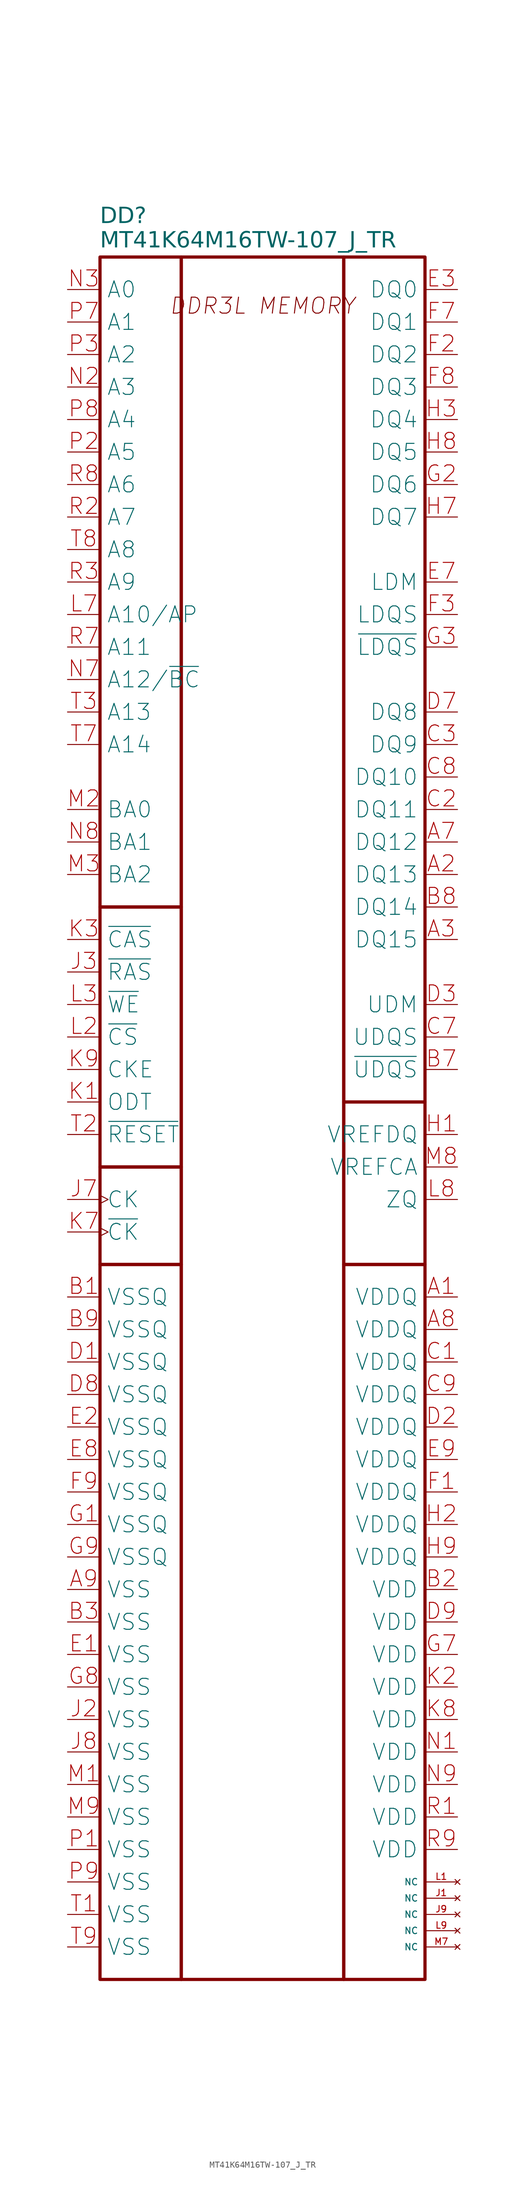
<source format=kicad_sym>
(kicad_symbol_lib
  (version 20231120)
  (generator "kicad_symbol_editor")
  (generator_version "8.0")
  (symbol "MT41K64M16TW-107_J_TR"
    (pin_names
      (offset 1.016))
    (property "Reference" "DD"
      (at -25.4 140.97 0)
      (effects (font (face "GOST type A") (size 2.5 2.5) (italic yes)) (justify left)))
    (property "Value" "MT41K64M16TW-107_J_TR"
      (at -25.4 137.16 0)
      (effects (font (face "GOST type A") (size 2.5 2.5) (italic yes)) (justify left)))
    (symbol "MT41K64M16TW-107_J_TR_0_0"
      (pin no_connect line (at 30.48 -121.92 180) (length 5.08) (name "NC" (effects (font (size 1.016 1.016)))) (number "J1" (effects (font (size 1.016 1.016)))))
      (pin no_connect line (at 30.48 -124.46 180) (length 5.08) (name "NC" (effects (font (size 1.016 1.016)))) (number "J9" (effects (font (size 1.016 1.016)))))
      (pin no_connect line (at 30.48 -119.38 180) (length 5.08) (name "NC" (effects (font (size 1.016 1.016)))) (number "L1" (effects (font (size 1.016 1.016)))))
      (pin no_connect line (at 30.48 -127 180) (length 5.08) (name "NC" (effects (font (size 1.016 1.016)))) (number "L9" (effects (font (size 1.016 1.016)))))
      (pin no_connect line (at 30.48 -129.54 180) (length 5.08) (name "NC" (effects (font (size 1.016 1.016)))) (number "M7" (effects (font (size 1.016 1.016))))))
    (symbol "MT41K64M16TW-107_J_TR_1_0"
      (rectangle (start -25.4 -22.86) (end -12.7 -134.62) (stroke (width 0.5) (type default)) (fill (type none)))
      (rectangle (start -25.4 -7.62) (end -12.7 -22.86) (stroke (width 0.5) (type default)) (fill (type none)))
      (rectangle (start -25.4 33.02) (end -12.7 -7.62) (stroke (width 0.5) (type default)) (fill (type none)))
      (rectangle (start -25.4 134.62) (end -12.7 33.02) (stroke (width 0.5) (type default)) (fill (type none)))
      (rectangle (start -12.7 134.62) (end 12.7 -134.62) (stroke (width 0.5) (type default)) (fill (type none)))
      (rectangle (start 12.7 -22.86) (end 25.4 -134.62) (stroke (width 0.5) (type default)) (fill (type none)))
      (rectangle (start 12.7 2.54) (end 25.4 -22.86) (stroke (width 0.5) (type default)) (fill (type none)))
      (rectangle (start 12.7 134.62) (end 25.4 2.54) (stroke (width 0.5) (type default)) (fill (type none)))
      (text "DDR3L MEMORY" (at 0 127 0) (effects (font (size 2.5 2.5) (italic yes))))
      (pin power_in line (at 30.48 -27.94 180) (length 5.08) (name "VDDQ" (effects (font (size 2.5 2.5)))) (number "A1" (effects (font (size 2.5 2.5)))))
      (pin bidirectional line (at 30.48 38.1 180) (length 5.08) (name "DQ13" (effects (font (size 2.5 2.5)))) (number "A2" (effects (font (size 2.5 2.5)))))
      (pin bidirectional line (at 30.48 27.94 180) (length 5.08) (name "DQ15" (effects (font (size 2.5 2.5)))) (number "A3" (effects (font (size 2.5 2.5)))))
      (pin bidirectional line (at 30.48 43.18 180) (length 5.08) (name "DQ12" (effects (font (size 2.5 2.5)))) (number "A7" (effects (font (size 2.5 2.5)))))
      (pin power_in line (at 30.48 -33.02 180) (length 5.08) (name "VDDQ" (effects (font (size 2.5 2.5)))) (number "A8" (effects (font (size 2.5 2.5)))))
      (pin power_in line (at -30.48 -73.66 0) (length 5.08) (name "VSS" (effects (font (size 2.5 2.5)))) (number "A9" (effects (font (size 2.5 2.5)))))
      (pin power_in line (at -30.48 -27.94 0) (length 5.08) (name "VSSQ" (effects (font (size 2.5 2.5)))) (number "B1" (effects (font (size 2.5 2.5)))))
      (pin power_in line (at 30.48 -73.66 180) (length 5.08) (name "VDD" (effects (font (size 2.5 2.5)))) (number "B2" (effects (font (size 2.5 2.5)))))
      (pin power_in line (at -30.48 -78.74 0) (length 5.08) (name "VSS" (effects (font (size 2.5 2.5)))) (number "B3" (effects (font (size 2.5 2.5)))))
      (pin bidirectional line (at 30.48 7.62 180) (length 5.08) (name "~{UDQS}" (effects (font (size 2.5 2.5)))) (number "B7" (effects (font (size 2.5 2.5)))))
      (pin bidirectional line (at 30.48 33.02 180) (length 5.08) (name "DQ14" (effects (font (size 2.5 2.5)))) (number "B8" (effects (font (size 2.5 2.5)))))
      (pin power_in line (at -30.48 -33.02 0) (length 5.08) (name "VSSQ" (effects (font (size 2.5 2.5)))) (number "B9" (effects (font (size 2.5 2.5)))))
      (pin power_in line (at 30.48 -38.1 180) (length 5.08) (name "VDDQ" (effects (font (size 2.5 2.5)))) (number "C1" (effects (font (size 2.5 2.5)))))
      (pin bidirectional line (at 30.48 48.26 180) (length 5.08) (name "DQ11" (effects (font (size 2.5 2.5)))) (number "C2" (effects (font (size 2.5 2.5)))))
      (pin bidirectional line (at 30.48 58.42 180) (length 5.08) (name "DQ9" (effects (font (size 2.5 2.5)))) (number "C3" (effects (font (size 2.5 2.5)))))
      (pin bidirectional line (at 30.48 12.7 180) (length 5.08) (name "UDQS" (effects (font (size 2.5 2.5)))) (number "C7" (effects (font (size 2.5 2.5)))))
      (pin bidirectional line (at 30.48 53.34 180) (length 5.08) (name "DQ10" (effects (font (size 2.5 2.5)))) (number "C8" (effects (font (size 2.5 2.5)))))
      (pin power_in line (at 30.48 -43.18 180) (length 5.08) (name "VDDQ" (effects (font (size 2.5 2.5)))) (number "C9" (effects (font (size 2.5 2.5)))))
      (pin power_in line (at -30.48 -38.1 0) (length 5.08) (name "VSSQ" (effects (font (size 2.5 2.5)))) (number "D1" (effects (font (size 2.5 2.5)))))
      (pin power_in line (at 30.48 -48.26 180) (length 5.08) (name "VDDQ" (effects (font (size 2.5 2.5)))) (number "D2" (effects (font (size 2.5 2.5)))))
      (pin input line (at 30.48 17.78 180) (length 5.08) (name "UDM" (effects (font (size 2.5 2.5)))) (number "D3" (effects (font (size 2.5 2.5)))))
      (pin bidirectional line (at 30.48 63.5 180) (length 5.08) (name "DQ8" (effects (font (size 2.5 2.5)))) (number "D7" (effects (font (size 2.5 2.5)))))
      (pin power_in line (at -30.48 -43.18 0) (length 5.08) (name "VSSQ" (effects (font (size 2.5 2.5)))) (number "D8" (effects (font (size 2.5 2.5)))))
      (pin power_in line (at 30.48 -78.74 180) (length 5.08) (name "VDD" (effects (font (size 2.5 2.5)))) (number "D9" (effects (font (size 2.5 2.5)))))
      (pin power_in line (at -30.48 -83.82 0) (length 5.08) (name "VSS" (effects (font (size 2.5 2.5)))) (number "E1" (effects (font (size 2.5 2.5)))))
      (pin power_in line (at -30.48 -48.26 0) (length 5.08) (name "VSSQ" (effects (font (size 2.5 2.5)))) (number "E2" (effects (font (size 2.5 2.5)))))
      (pin bidirectional line (at 30.48 129.54 180) (length 5.08) (name "DQ0" (effects (font (size 2.5 2.5)))) (number "E3" (effects (font (size 2.5 2.5)))))
      (pin input line (at 30.48 83.82 180) (length 5.08) (name "LDM" (effects (font (size 2.5 2.5)))) (number "E7" (effects (font (size 2.5 2.5)))))
      (pin power_in line (at -30.48 -53.34 0) (length 5.08) (name "VSSQ" (effects (font (size 2.5 2.5)))) (number "E8" (effects (font (size 2.5 2.5)))))
      (pin power_in line (at 30.48 -53.34 180) (length 5.08) (name "VDDQ" (effects (font (size 2.5 2.5)))) (number "E9" (effects (font (size 2.5 2.5)))))
      (pin power_in line (at 30.48 -58.42 180) (length 5.08) (name "VDDQ" (effects (font (size 2.5 2.5)))) (number "F1" (effects (font (size 2.5 2.5)))))
      (pin bidirectional line (at 30.48 119.38 180) (length 5.08) (name "DQ2" (effects (font (size 2.5 2.5)))) (number "F2" (effects (font (size 2.5 2.5)))))
      (pin bidirectional line (at 30.48 78.74 180) (length 5.08) (name "LDQS" (effects (font (size 2.5 2.5)))) (number "F3" (effects (font (size 2.5 2.5)))))
      (pin bidirectional line (at 30.48 124.46 180) (length 5.08) (name "DQ1" (effects (font (size 2.5 2.5)))) (number "F7" (effects (font (size 2.5 2.5)))))
      (pin bidirectional line (at 30.48 114.3 180) (length 5.08) (name "DQ3" (effects (font (size 2.5 2.5)))) (number "F8" (effects (font (size 2.5 2.5)))))
      (pin power_in line (at -30.48 -58.42 0) (length 5.08) (name "VSSQ" (effects (font (size 2.5 2.5)))) (number "F9" (effects (font (size 2.5 2.5)))))
      (pin power_in line (at -30.48 -63.5 0) (length 5.08) (name "VSSQ" (effects (font (size 2.5 2.5)))) (number "G1" (effects (font (size 2.5 2.5)))))
      (pin bidirectional line (at 30.48 99.06 180) (length 5.08) (name "DQ6" (effects (font (size 2.5 2.5)))) (number "G2" (effects (font (size 2.5 2.5)))))
      (pin bidirectional line (at 30.48 73.66 180) (length 5.08) (name "~{LDQS}" (effects (font (size 2.5 2.5)))) (number "G3" (effects (font (size 2.5 2.5)))))
      (pin power_in line (at 30.48 -83.82 180) (length 5.08) (name "VDD" (effects (font (size 2.5 2.5)))) (number "G7" (effects (font (size 2.5 2.5)))))
      (pin power_in line (at -30.48 -88.9 0) (length 5.08) (name "VSS" (effects (font (size 2.5 2.5)))) (number "G8" (effects (font (size 2.5 2.5)))))
      (pin power_in line (at -30.48 -68.58 0) (length 5.08) (name "VSSQ" (effects (font (size 2.5 2.5)))) (number "G9" (effects (font (size 2.5 2.5)))))
      (pin power_in line (at 30.48 -2.54 180) (length 5.08) (name "VREFDQ" (effects (font (size 2.5 2.5)))) (number "H1" (effects (font (size 2.5 2.5)))))
      (pin power_in line (at 30.48 -63.5 180) (length 5.08) (name "VDDQ" (effects (font (size 2.5 2.5)))) (number "H2" (effects (font (size 2.5 2.5)))))
      (pin bidirectional line (at 30.48 109.22 180) (length 5.08) (name "DQ4" (effects (font (size 2.5 2.5)))) (number "H3" (effects (font (size 2.5 2.5)))))
      (pin bidirectional line (at 30.48 93.98 180) (length 5.08) (name "DQ7" (effects (font (size 2.5 2.5)))) (number "H7" (effects (font (size 2.5 2.5)))))
      (pin bidirectional line (at 30.48 104.14 180) (length 5.08) (name "DQ5" (effects (font (size 2.5 2.5)))) (number "H8" (effects (font (size 2.5 2.5)))))
      (pin power_in line (at 30.48 -68.58 180) (length 5.08) (name "VDDQ" (effects (font (size 2.5 2.5)))) (number "H9" (effects (font (size 2.5 2.5)))))
      (pin power_in line (at -30.48 -93.98 0) (length 5.08) (name "VSS" (effects (font (size 2.5 2.5)))) (number "J2" (effects (font (size 2.5 2.5)))))
      (pin input line (at -30.48 22.86 0) (length 5.08) (name "~{RAS}" (effects (font (size 2.5 2.5)))) (number "J3" (effects (font (size 2.5 2.5)))))
      (pin input clock (at -30.48 -12.7 0) (length 5.08) (name "CK" (effects (font (size 2.5 2.5)))) (number "J7" (effects (font (size 2.5 2.5)))))
      (pin power_in line (at -30.48 -99.06 0) (length 5.08) (name "VSS" (effects (font (size 2.5 2.5)))) (number "J8" (effects (font (size 2.5 2.5)))))
      (pin input line (at -30.48 2.54 0) (length 5.08) (name "ODT" (effects (font (size 2.5 2.5)))) (number "K1" (effects (font (size 2.5 2.5)))))
      (pin power_in line (at 30.48 -88.9 180) (length 5.08) (name "VDD" (effects (font (size 2.5 2.5)))) (number "K2" (effects (font (size 2.5 2.5)))))
      (pin input line (at -30.48 27.94 0) (length 5.08) (name "~{CAS}" (effects (font (size 2.5 2.5)))) (number "K3" (effects (font (size 2.5 2.5)))))
      (pin input clock (at -30.48 -17.78 0) (length 5.08) (name "~{CK}" (effects (font (size 2.5 2.5)))) (number "K7" (effects (font (size 2.5 2.5)))))
      (pin power_in line (at 30.48 -93.98 180) (length 5.08) (name "VDD" (effects (font (size 2.5 2.5)))) (number "K8" (effects (font (size 2.5 2.5)))))
      (pin input line (at -30.48 7.62 0) (length 5.08) (name "CKE" (effects (font (size 2.5 2.5)))) (number "K9" (effects (font (size 2.5 2.5)))))
      (pin input line (at -30.48 12.7 0) (length 5.08) (name "~{CS}" (effects (font (size 2.5 2.5)))) (number "L2" (effects (font (size 2.5 2.5)))))
      (pin input line (at -30.48 17.78 0) (length 5.08) (name "~{WE}" (effects (font (size 2.5 2.5)))) (number "L3" (effects (font (size 2.5 2.5)))))
      (pin input line (at -30.48 78.74 0) (length 5.08) (name "A10/AP" (effects (font (size 2.5 2.5)))) (number "L7" (effects (font (size 2.5 2.5)))))
      (pin passive line (at 30.48 -12.7 180) (length 5.08) (name "ZQ" (effects (font (size 2.5 2.5)))) (number "L8" (effects (font (size 2.5 2.5)))))
      (pin power_in line (at -30.48 -104.14 0) (length 5.08) (name "VSS" (effects (font (size 2.5 2.5)))) (number "M1" (effects (font (size 2.5 2.5)))))
      (pin input line (at -30.48 48.26 0) (length 5.08) (name "BA0" (effects (font (size 2.5 2.5)))) (number "M2" (effects (font (size 2.5 2.5)))))
      (pin input line (at -30.48 38.1 0) (length 5.08) (name "BA2" (effects (font (size 2.5 2.5)))) (number "M3" (effects (font (size 2.5 2.5)))))
      (pin power_in line (at 30.48 -7.62 180) (length 5.08) (name "VREFCA" (effects (font (size 2.5 2.5)))) (number "M8" (effects (font (size 2.5 2.5)))))
      (pin power_in line (at -30.48 -109.22 0) (length 5.08) (name "VSS" (effects (font (size 2.5 2.5)))) (number "M9" (effects (font (size 2.5 2.5)))))
      (pin power_in line (at 30.48 -99.06 180) (length 5.08) (name "VDD" (effects (font (size 2.5 2.5)))) (number "N1" (effects (font (size 2.5 2.5)))))
      (pin input line (at -30.48 114.3 0) (length 5.08) (name "A3" (effects (font (size 2.5 2.5)))) (number "N2" (effects (font (size 2.5 2.5)))))
      (pin input line (at -30.48 129.54 0) (length 5.08) (name "A0" (effects (font (size 2.5 2.5)))) (number "N3" (effects (font (size 2.5 2.5)))))
      (pin input line (at -30.48 68.58 0) (length 5.08) (name "A12/~{BC}" (effects (font (size 2.5 2.5)))) (number "N7" (effects (font (size 2.5 2.5)))))
      (pin input line (at -30.48 43.18 0) (length 5.08) (name "BA1" (effects (font (size 2.5 2.5)))) (number "N8" (effects (font (size 2.5 2.5)))))
      (pin power_in line (at 30.48 -104.14 180) (length 5.08) (name "VDD" (effects (font (size 2.5 2.5)))) (number "N9" (effects (font (size 2.5 2.5)))))
      (pin power_in line (at -30.48 -114.3 0) (length 5.08) (name "VSS" (effects (font (size 2.5 2.5)))) (number "P1" (effects (font (size 2.5 2.5)))))
      (pin input line (at -30.48 104.14 0) (length 5.08) (name "A5" (effects (font (size 2.5 2.5)))) (number "P2" (effects (font (size 2.5 2.5)))))
      (pin input line (at -30.48 119.38 0) (length 5.08) (name "A2" (effects (font (size 2.5 2.5)))) (number "P3" (effects (font (size 2.5 2.5)))))
      (pin input line (at -30.48 124.46 0) (length 5.08) (name "A1" (effects (font (size 2.5 2.5)))) (number "P7" (effects (font (size 2.5 2.5)))))
      (pin input line (at -30.48 109.22 0) (length 5.08) (name "A4" (effects (font (size 2.5 2.5)))) (number "P8" (effects (font (size 2.5 2.5)))))
      (pin power_in line (at -30.48 -119.38 0) (length 5.08) (name "VSS" (effects (font (size 2.5 2.5)))) (number "P9" (effects (font (size 2.5 2.5)))))
      (pin power_in line (at 30.48 -109.22 180) (length 5.08) (name "VDD" (effects (font (size 2.5 2.5)))) (number "R1" (effects (font (size 2.5 2.5)))))
      (pin input line (at -30.48 93.98 0) (length 5.08) (name "A7" (effects (font (size 2.5 2.5)))) (number "R2" (effects (font (size 2.5 2.5)))))
      (pin input line (at -30.48 83.82 0) (length 5.08) (name "A9" (effects (font (size 2.5 2.5)))) (number "R3" (effects (font (size 2.5 2.5)))))
      (pin input line (at -30.48 73.66 0) (length 5.08) (name "A11" (effects (font (size 2.5 2.5)))) (number "R7" (effects (font (size 2.5 2.5)))))
      (pin input line (at -30.48 99.06 0) (length 5.08) (name "A6" (effects (font (size 2.5 2.5)))) (number "R8" (effects (font (size 2.5 2.5)))))
      (pin power_in line (at 30.48 -114.3 180) (length 5.08) (name "VDD" (effects (font (size 2.5 2.5)))) (number "R9" (effects (font (size 2.5 2.5)))))
      (pin power_in line (at -30.48 -124.46 0) (length 5.08) (name "VSS" (effects (font (size 2.5 2.5)))) (number "T1" (effects (font (size 2.5 2.5)))))
      (pin input line (at -30.48 -2.54 0) (length 5.08) (name "~{RESET}" (effects (font (size 2.5 2.5)))) (number "T2" (effects (font (size 2.5 2.5)))))
      (pin input line (at -30.48 63.5 0) (length 5.08) (name "A13" (effects (font (size 2.5 2.5)))) (number "T3" (effects (font (size 2.5 2.5)))))
      (pin input line (at -30.48 58.42 0) (length 5.08) (name "A14" (effects (font (size 2.5 2.5)))) (number "T7" (effects (font (size 2.5 2.5)))))
      (pin input line (at -30.48 88.9 0) (length 5.08) (name "A8" (effects (font (size 2.5 2.5)))) (number "T8" (effects (font (size 2.5 2.5)))))
      (pin power_in line (at -30.48 -129.54 0) (length 5.08) (name "VSS" (effects (font (size 2.5 2.5)))) (number "T9" (effects (font (size 2.5 2.5))))))))
</source>
